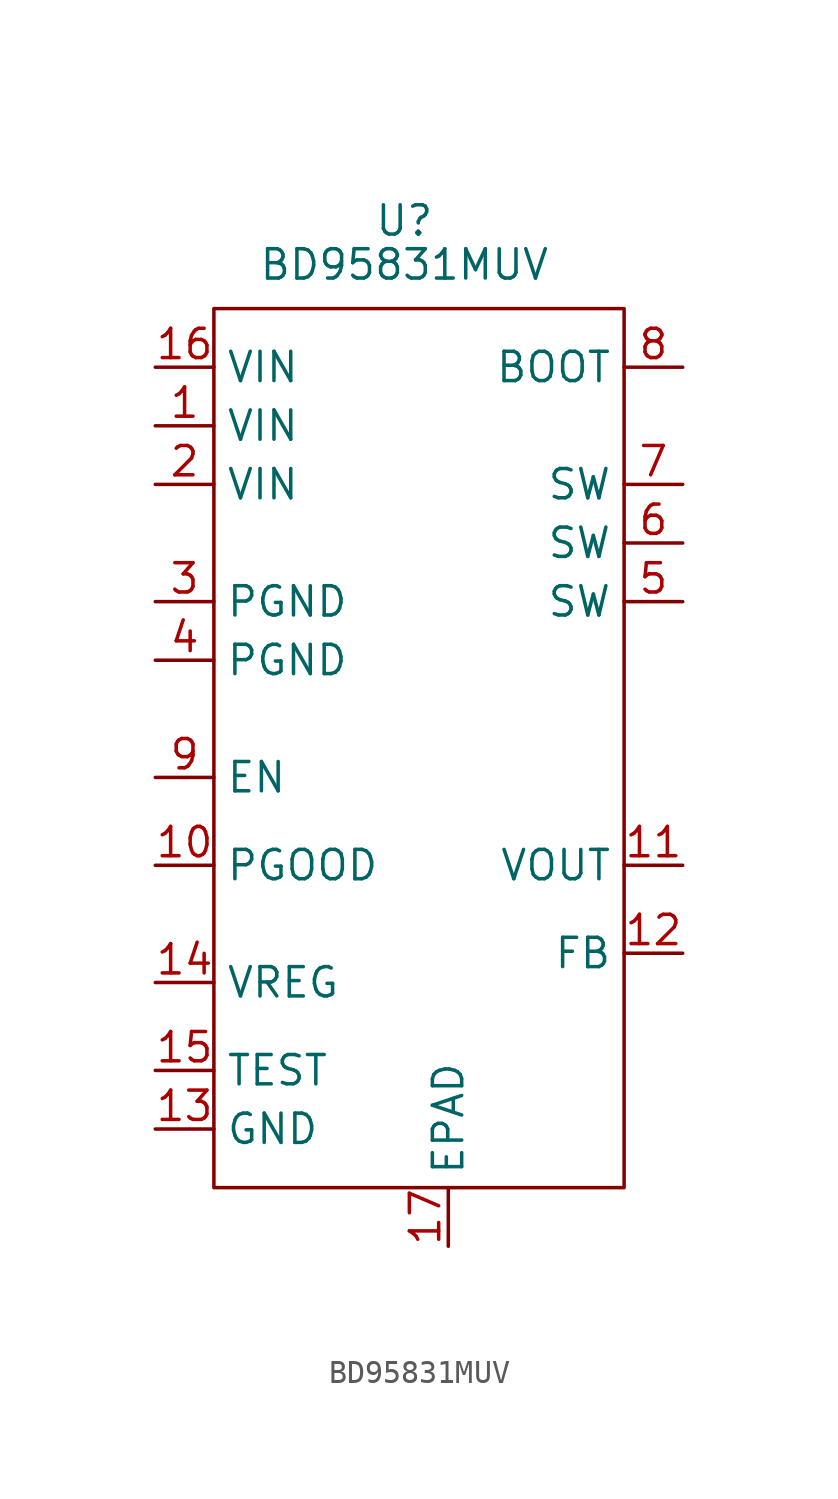
<source format=kicad_sym>
(kicad_symbol_lib
  (version 20211014)
  (generator kicad_symbol_editor)
  (symbol "BD95831MUV"
    (property "Reference" "U"
      (at -0.635 21.59 0)
      (effects (font (size 1.27 1.27))))
    (property "Value" "BD95831MUV"
      (at -0.635 19.685 0)
      (effects (font (size 1.27 1.27))))
    (symbol "BD95831MUV_0_1"
      (rectangle (start -8.89 17.78) (end 8.89 -20.32) (stroke (width 0.152) (type default) (color 0 0 0 0)) (fill (type none))))
    (symbol "BD95831MUV_1_1"
      (pin power_in line (at -11.43 12.7 0) (length 2.54) (name "VIN" (effects (font (size 1.27 1.27)))) (number "1" (effects (font (size 1.27 1.27)))))
      (pin output line (at -11.43 -6.35 0) (length 2.54) (name "PGOOD" (effects (font (size 1.27 1.27)))) (number "10" (effects (font (size 1.27 1.27)))))
      (pin input line (at 11.43 -6.35 180) (length 2.54) (name "VOUT" (effects (font (size 1.27 1.27)))) (number "11" (effects (font (size 1.27 1.27)))))
      (pin input line (at 11.43 -10.16 180) (length 2.54) (name "FB" (effects (font (size 1.27 1.27)))) (number "12" (effects (font (size 1.27 1.27)))))
      (pin power_out line (at -11.43 -17.78 0) (length 2.54) (name "GND" (effects (font (size 1.27 1.27)))) (number "13" (effects (font (size 1.27 1.27)))))
      (pin output line (at -11.43 -11.43 0) (length 2.54) (name "VREG" (effects (font (size 1.27 1.27)))) (number "14" (effects (font (size 1.27 1.27)))))
      (pin output line (at -11.43 -15.24 0) (length 2.54) (name "TEST" (effects (font (size 1.27 1.27)))) (number "15" (effects (font (size 1.27 1.27)))))
      (pin power_in line (at -11.43 15.24 0) (length 2.54) (name "VIN" (effects (font (size 1.27 1.27)))) (number "16" (effects (font (size 1.27 1.27)))))
      (pin free line (at 1.27 -22.86 90) (length 2.54) (name "EPAD" (effects (font (size 1.27 1.27)))) (number "17" (effects (font (size 1.27 1.27)))))
      (pin power_in line (at -11.43 10.16 0) (length 2.54) (name "VIN" (effects (font (size 1.27 1.27)))) (number "2" (effects (font (size 1.27 1.27)))))
      (pin power_out line (at -11.43 5.08 0) (length 2.54) (name "PGND" (effects (font (size 1.27 1.27)))) (number "3" (effects (font (size 1.27 1.27)))))
      (pin power_out line (at -11.43 2.54 0) (length 2.54) (name "PGND" (effects (font (size 1.27 1.27)))) (number "4" (effects (font (size 1.27 1.27)))))
      (pin output line (at 11.43 5.08 180) (length 2.54) (name "SW" (effects (font (size 1.27 1.27)))) (number "5" (effects (font (size 1.27 1.27)))))
      (pin output line (at 11.43 7.62 180) (length 2.54) (name "SW" (effects (font (size 1.27 1.27)))) (number "6" (effects (font (size 1.27 1.27)))))
      (pin output line (at 11.43 10.16 180) (length 2.54) (name "SW" (effects (font (size 1.27 1.27)))) (number "7" (effects (font (size 1.27 1.27)))))
      (pin output line (at 11.43 15.24 180) (length 2.54) (name "BOOT" (effects (font (size 1.27 1.27)))) (number "8" (effects (font (size 1.27 1.27)))))
      (pin input line (at -11.43 -2.54 0) (length 2.54) (name "EN" (effects (font (size 1.27 1.27)))) (number "9" (effects (font (size 1.27 1.27))))))))
</source>
